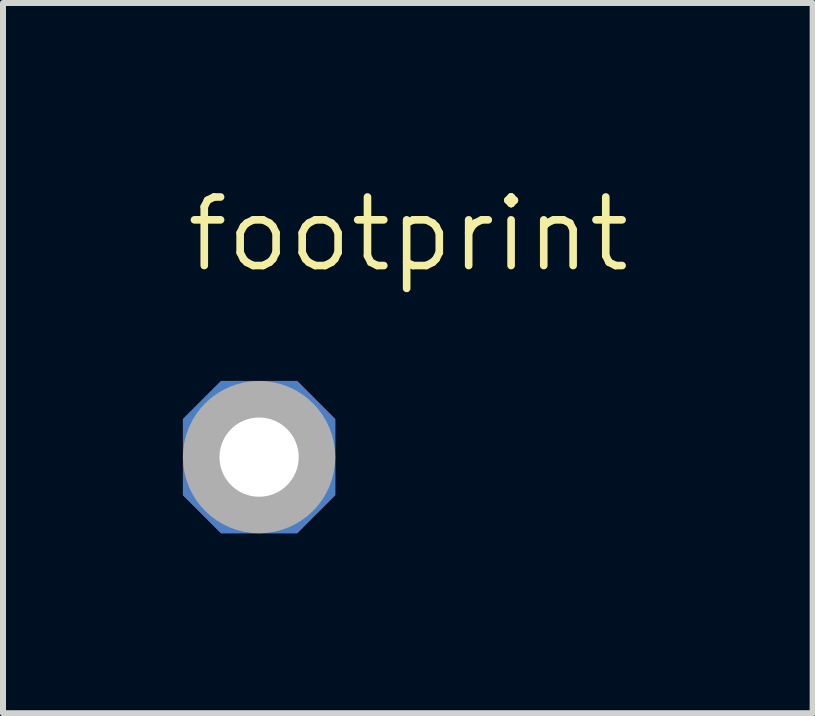
<source format=kicad_pcb>
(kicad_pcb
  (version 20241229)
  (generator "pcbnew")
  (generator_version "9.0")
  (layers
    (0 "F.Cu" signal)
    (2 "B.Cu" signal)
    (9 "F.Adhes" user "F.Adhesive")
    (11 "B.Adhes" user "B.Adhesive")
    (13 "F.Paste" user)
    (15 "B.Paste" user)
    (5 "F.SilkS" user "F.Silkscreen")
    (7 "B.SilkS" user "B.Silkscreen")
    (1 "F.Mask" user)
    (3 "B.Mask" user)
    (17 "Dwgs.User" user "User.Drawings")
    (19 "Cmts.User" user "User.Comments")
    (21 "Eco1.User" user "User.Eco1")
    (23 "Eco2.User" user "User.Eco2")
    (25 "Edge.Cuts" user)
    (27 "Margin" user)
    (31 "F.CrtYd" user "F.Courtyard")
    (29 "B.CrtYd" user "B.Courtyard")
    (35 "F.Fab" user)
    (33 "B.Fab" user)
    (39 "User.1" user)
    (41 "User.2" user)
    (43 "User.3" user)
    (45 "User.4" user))
  (footprint "footprint"
    (layer "F.Cu")
    (at 1.27 4.572)
    (property "Reference" "footprint" (at -1.27 -3.048 0) (layer "F.SilkS") (effects (font (size 1.143 1.143) (thickness 0.127)) (justify left bottom)))
    (fp_circle (center 0 0) (end 0.889 0) (stroke (width 0.762) (type solid)) (fill no) (layer "F.Fab"))
    (pad "1" thru_hole roundrect (at 0 0) (size 2.54 2.54) (drill 1.321) (layers "*.Cu" "*.Mask") (roundrect_rratio 0.25) (chamfer_ratio 0.25) (chamfer top_left top_right bottom_left bottom_right)))
  (gr_rect
    (start -3 -3)
    (end 10.5 8.842)
    (stroke (width 0.1) (type default))
    (fill no)
    (layer "Edge.Cuts")))
</source>
